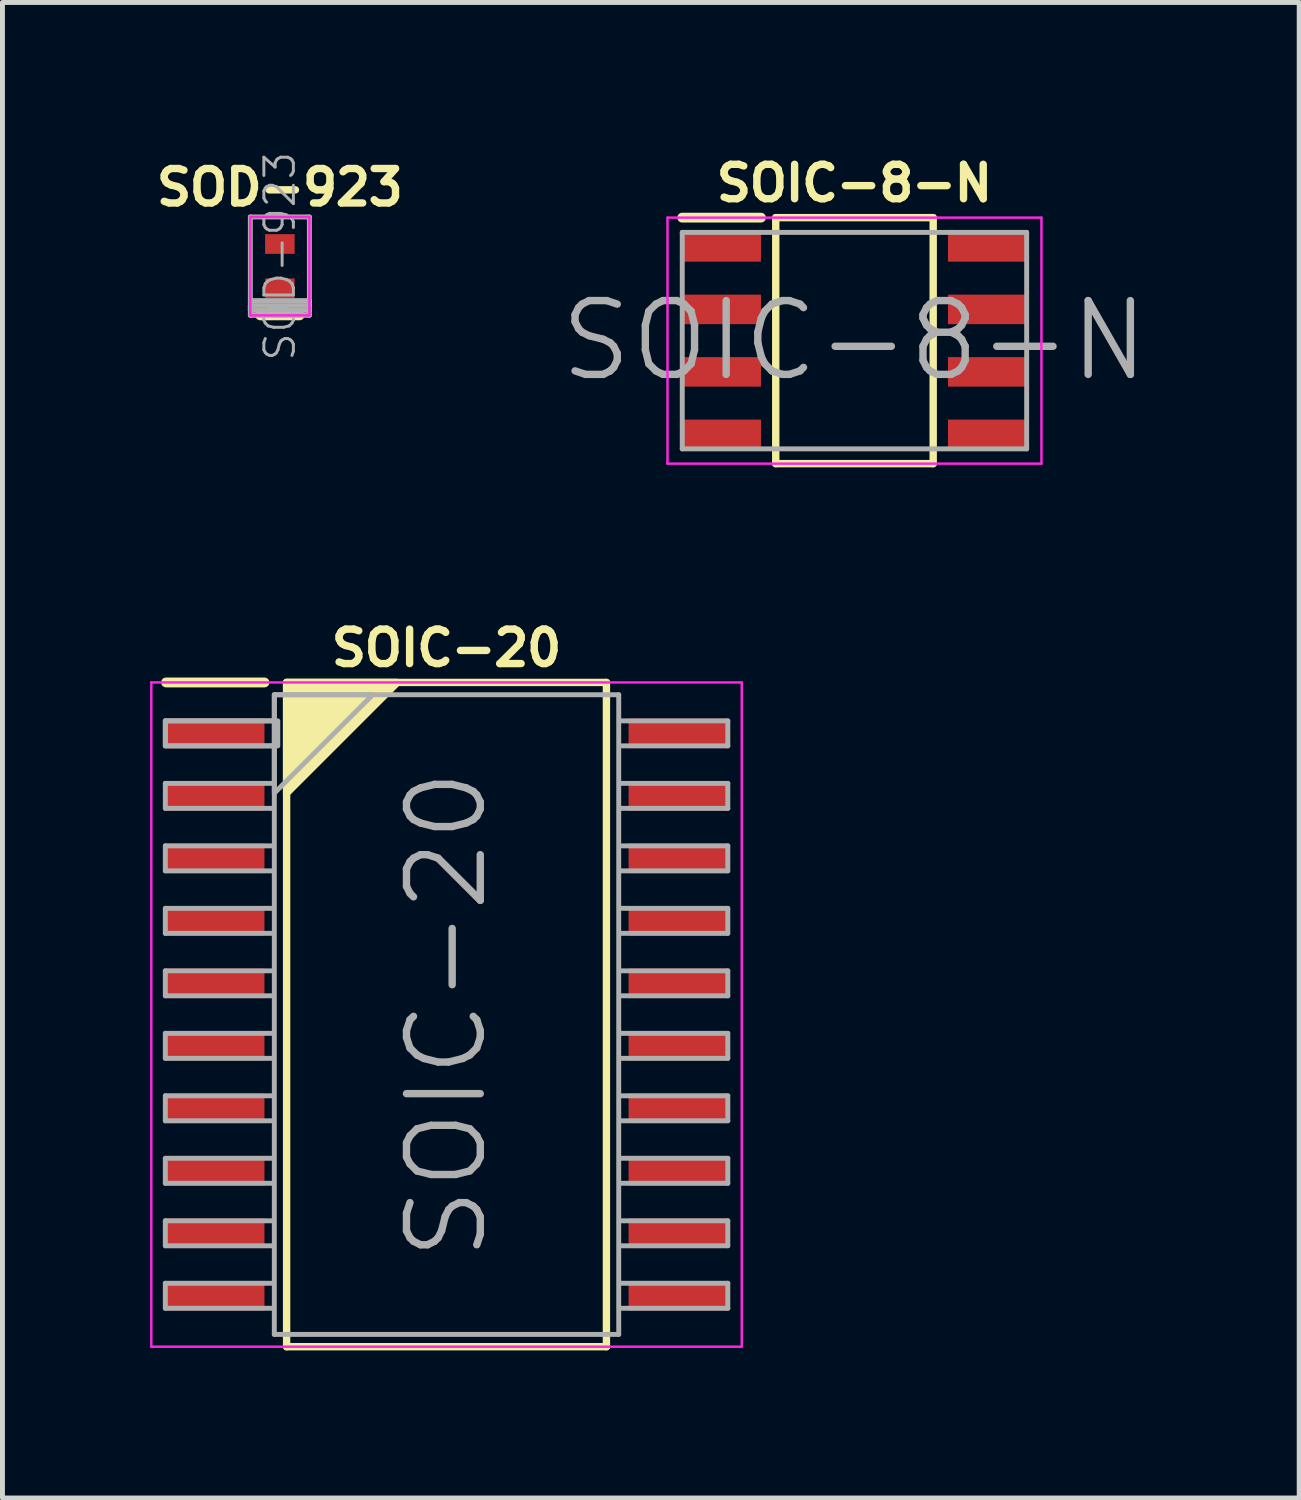
<source format=kicad_pcb>
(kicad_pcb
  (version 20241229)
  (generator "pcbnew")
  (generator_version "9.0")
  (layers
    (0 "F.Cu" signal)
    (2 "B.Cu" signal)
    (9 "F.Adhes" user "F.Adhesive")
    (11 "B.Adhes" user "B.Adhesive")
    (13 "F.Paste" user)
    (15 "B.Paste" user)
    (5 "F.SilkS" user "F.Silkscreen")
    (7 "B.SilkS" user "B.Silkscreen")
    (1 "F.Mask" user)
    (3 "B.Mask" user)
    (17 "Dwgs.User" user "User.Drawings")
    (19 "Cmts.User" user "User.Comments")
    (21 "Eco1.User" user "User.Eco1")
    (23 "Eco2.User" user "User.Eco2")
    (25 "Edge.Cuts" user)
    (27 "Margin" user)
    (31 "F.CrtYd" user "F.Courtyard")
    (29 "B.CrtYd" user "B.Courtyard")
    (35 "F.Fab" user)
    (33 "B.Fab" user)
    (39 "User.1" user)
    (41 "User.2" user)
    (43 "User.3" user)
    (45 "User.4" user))
  (footprint "SOIC-20"
    (layer "F.Cu")
    (at 6.025 17.57)
    (property "Reference" "SOIC-20" (at 0 -7.45 0) (layer "F.SilkS") (effects (font (size 0.7 0.7) (thickness 0.15))))
    (attr through_hole)
    (fp_line (start -3.7 -6.75) (end -5.7 -6.75) (stroke (width 0.2) (type solid)) (layer "F.SilkS"))
    (fp_line (start -3.25 -6.75) (end 3.25 -6.75) (stroke (width 0.15) (type solid)) (layer "F.SilkS"))
    (fp_line (start -3.25 6.75) (end -3.25 -6.75) (stroke (width 0.15) (type solid)) (layer "F.SilkS"))
    (fp_line (start 3.25 -6.75) (end 3.25 6.75) (stroke (width 0.15) (type solid)) (layer "F.SilkS"))
    (fp_line (start 3.25 6.75) (end -3.25 6.75) (stroke (width 0.15) (type solid)) (layer "F.SilkS"))
    (fp_poly (pts (xy -3.25 -6.75) (xy -3.25 -4.5) (xy -1 -6.75)) (stroke (width 0.15) (type solid)) (fill yes) (layer "F.SilkS"))
    (fp_line (start -6 -6.75) (end 6 -6.75) (stroke (width 0.05) (type solid)) (layer "F.CrtYd"))
    (fp_line (start -6 6.75) (end -6 -6.75) (stroke (width 0.05) (type solid)) (layer "F.CrtYd"))
    (fp_line (start 6 -6.75) (end 6 6.75) (stroke (width 0.05) (type solid)) (layer "F.CrtYd"))
    (fp_line (start 6 6.75) (end -6 6.75) (stroke (width 0.05) (type solid)) (layer "F.CrtYd"))
    (fp_line (start -5.715 -5.969) (end -5.715 -5.461) (stroke (width 0.1) (type solid)) (layer "F.Fab"))
    (fp_line (start -5.715 -5.461) (end -3.556 -5.461) (stroke (width 0.1) (type solid)) (layer "F.Fab"))
    (fp_line (start -5.715 -4.699) (end -5.715 -4.191) (stroke (width 0.1) (type solid)) (layer "F.Fab"))
    (fp_line (start -5.715 -4.191) (end -3.556 -4.191) (stroke (width 0.1) (type solid)) (layer "F.Fab"))
    (fp_line (start -5.715 -3.429) (end -5.715 -2.921) (stroke (width 0.1) (type solid)) (layer "F.Fab"))
    (fp_line (start -5.715 -2.921) (end -3.556 -2.921) (stroke (width 0.1) (type solid)) (layer "F.Fab"))
    (fp_line (start -5.715 -2.159) (end -5.715 -1.651) (stroke (width 0.1) (type solid)) (layer "F.Fab"))
    (fp_line (start -5.715 -1.651) (end -3.556 -1.651) (stroke (width 0.1) (type solid)) (layer "F.Fab"))
    (fp_line (start -5.715 -0.889) (end -5.715 -0.381) (stroke (width 0.1) (type solid)) (layer "F.Fab"))
    (fp_line (start -5.715 -0.381) (end -3.556 -0.381) (stroke (width 0.1) (type solid)) (layer "F.Fab"))
    (fp_line (start -5.715 0.381) (end -5.715 0.889) (stroke (width 0.1) (type solid)) (layer "F.Fab"))
    (fp_line (start -5.715 0.889) (end -3.556 0.889) (stroke (width 0.1) (type solid)) (layer "F.Fab"))
    (fp_line (start -5.715 1.651) (end -5.715 2.159) (stroke (width 0.1) (type solid)) (layer "F.Fab"))
    (fp_line (start -5.715 2.159) (end -3.556 2.159) (stroke (width 0.1) (type solid)) (layer "F.Fab"))
    (fp_line (start -5.715 2.921) (end -5.715 3.429) (stroke (width 0.1) (type solid)) (layer "F.Fab"))
    (fp_line (start -5.715 3.429) (end -3.556 3.429) (stroke (width 0.1) (type solid)) (layer "F.Fab"))
    (fp_line (start -5.715 4.191) (end -5.715 4.699) (stroke (width 0.1) (type solid)) (layer "F.Fab"))
    (fp_line (start -5.715 4.699) (end -3.556 4.699) (stroke (width 0.1) (type solid)) (layer "F.Fab"))
    (fp_line (start -5.715 5.461) (end -5.715 5.969) (stroke (width 0.1) (type solid)) (layer "F.Fab"))
    (fp_line (start -5.715 5.969) (end -3.556 5.969) (stroke (width 0.1) (type solid)) (layer "F.Fab"))
    (fp_line (start -3.556 -5.969) (end -5.715 -5.969) (stroke (width 0.1) (type solid)) (layer "F.Fab"))
    (fp_line (start -3.556 -4.699) (end -5.715 -4.699) (stroke (width 0.1) (type solid)) (layer "F.Fab"))
    (fp_line (start -3.556 -3.429) (end -5.715 -3.429) (stroke (width 0.1) (type solid)) (layer "F.Fab"))
    (fp_line (start -3.556 -2.159) (end -5.715 -2.159) (stroke (width 0.1) (type solid)) (layer "F.Fab"))
    (fp_line (start -3.556 -0.889) (end -5.715 -0.889) (stroke (width 0.1) (type solid)) (layer "F.Fab"))
    (fp_line (start -3.556 0.381) (end -5.715 0.381) (stroke (width 0.1) (type solid)) (layer "F.Fab"))
    (fp_line (start -3.556 1.651) (end -5.715 1.651) (stroke (width 0.1) (type solid)) (layer "F.Fab"))
    (fp_line (start -3.556 2.921) (end -5.715 2.921) (stroke (width 0.1) (type solid)) (layer "F.Fab"))
    (fp_line (start -3.556 4.191) (end -5.715 4.191) (stroke (width 0.1) (type solid)) (layer "F.Fab"))
    (fp_line (start -3.556 5.461) (end -5.715 5.461) (stroke (width 0.1) (type solid)) (layer "F.Fab"))
    (fp_line (start -3.5 -6.5) (end 3.5 -6.5) (stroke (width 0.1) (type solid)) (layer "F.Fab"))
    (fp_line (start -3.5 6.5) (end -3.5 -6.5) (stroke (width 0.1) (type solid)) (layer "F.Fab"))
    (fp_line (start 3.5 -6.5) (end 3.5 6.5) (stroke (width 0.1) (type solid)) (layer "F.Fab"))
    (fp_line (start 3.5 6.5) (end -3.5 6.5) (stroke (width 0.1) (type solid)) (layer "F.Fab"))
    (fp_line (start 3.558 -5.461) (end 5.717 -5.461) (stroke (width 0.1) (type solid)) (layer "F.Fab"))
    (fp_line (start 3.558 -4.191) (end 5.717 -4.191) (stroke (width 0.1) (type solid)) (layer "F.Fab"))
    (fp_line (start 3.558 -2.921) (end 5.717 -2.921) (stroke (width 0.1) (type solid)) (layer "F.Fab"))
    (fp_line (start 3.558 -1.651) (end 5.717 -1.651) (stroke (width 0.1) (type solid)) (layer "F.Fab"))
    (fp_line (start 3.558 -0.381) (end 5.717 -0.381) (stroke (width 0.1) (type solid)) (layer "F.Fab"))
    (fp_line (start 3.558 0.889) (end 5.717 0.889) (stroke (width 0.1) (type solid)) (layer "F.Fab"))
    (fp_line (start 3.558 2.159) (end 5.717 2.159) (stroke (width 0.1) (type solid)) (layer "F.Fab"))
    (fp_line (start 3.558 3.429) (end 5.717 3.429) (stroke (width 0.1) (type solid)) (layer "F.Fab"))
    (fp_line (start 3.558 4.699) (end 5.717 4.699) (stroke (width 0.1) (type solid)) (layer "F.Fab"))
    (fp_line (start 3.558 5.969) (end 5.717 5.969) (stroke (width 0.1) (type solid)) (layer "F.Fab"))
    (fp_line (start 5.717 -5.969) (end 3.558 -5.969) (stroke (width 0.1) (type solid)) (layer "F.Fab"))
    (fp_line (start 5.717 -5.969) (end 5.717 -5.461) (stroke (width 0.1) (type solid)) (layer "F.Fab"))
    (fp_line (start 5.717 -4.699) (end 3.558 -4.699) (stroke (width 0.1) (type solid)) (layer "F.Fab"))
    (fp_line (start 5.717 -4.699) (end 5.717 -4.191) (stroke (width 0.1) (type solid)) (layer "F.Fab"))
    (fp_line (start 5.717 -3.429) (end 3.558 -3.429) (stroke (width 0.1) (type solid)) (layer "F.Fab"))
    (fp_line (start 5.717 -3.429) (end 5.717 -2.921) (stroke (width 0.1) (type solid)) (layer "F.Fab"))
    (fp_line (start 5.717 -2.159) (end 3.558 -2.159) (stroke (width 0.1) (type solid)) (layer "F.Fab"))
    (fp_line (start 5.717 -2.159) (end 5.717 -1.651) (stroke (width 0.1) (type solid)) (layer "F.Fab"))
    (fp_line (start 5.717 -0.889) (end 3.558 -0.889) (stroke (width 0.1) (type solid)) (layer "F.Fab"))
    (fp_line (start 5.717 -0.889) (end 5.717 -0.381) (stroke (width 0.1) (type solid)) (layer "F.Fab"))
    (fp_line (start 5.717 0.381) (end 3.558 0.381) (stroke (width 0.1) (type solid)) (layer "F.Fab"))
    (fp_line (start 5.717 0.381) (end 5.717 0.889) (stroke (width 0.1) (type solid)) (layer "F.Fab"))
    (fp_line (start 5.717 1.651) (end 3.558 1.651) (stroke (width 0.1) (type solid)) (layer "F.Fab"))
    (fp_line (start 5.717 1.651) (end 5.717 2.159) (stroke (width 0.1) (type solid)) (layer "F.Fab"))
    (fp_line (start 5.717 2.921) (end 3.558 2.921) (stroke (width 0.1) (type solid)) (layer "F.Fab"))
    (fp_line (start 5.717 2.921) (end 5.717 3.429) (stroke (width 0.1) (type solid)) (layer "F.Fab"))
    (fp_line (start 5.717 4.191) (end 3.558 4.191) (stroke (width 0.1) (type solid)) (layer "F.Fab"))
    (fp_line (start 5.717 4.191) (end 5.717 4.699) (stroke (width 0.1) (type solid)) (layer "F.Fab"))
    (fp_line (start 5.717 5.461) (end 3.558 5.461) (stroke (width 0.1) (type solid)) (layer "F.Fab"))
    (fp_line (start 5.717 5.461) (end 5.717 5.969) (stroke (width 0.1) (type solid)) (layer "F.Fab"))
    (fp_poly (pts (xy -3.5 -6.5) (xy -3.5 -4.5) (xy -1.5 -6.5)) (stroke (width 0.1) (type solid)) (fill no) (layer "F.Fab"))
    (fp_poly (pts (xy -3.556 -5.969) (xy -5.715 -5.969) (xy -5.715 -5.461) (xy -3.429 -5.461) (xy -3.429 -5.969)) (stroke (width 0.1) (type solid)) (fill no) (layer "F.Fab"))
    (fp_text user "${REFERENCE}" (at 0 0 270) (layer "F.Fab") (effects (font (size 1.5 1.5) (thickness 0.15))))
    (pad "1" smd rect (at -4.7 -5.715) (size 2 0.6) (layers "F.Cu" "F.Mask" "F.Paste"))
    (pad "2" smd rect (at -4.7 -4.445) (size 2 0.6) (layers "F.Cu" "F.Mask" "F.Paste"))
    (pad "3" smd rect (at -4.7 -3.175) (size 2 0.6) (layers "F.Cu" "F.Mask" "F.Paste"))
    (pad "4" smd rect (at -4.7 -1.905) (size 2 0.6) (layers "F.Cu" "F.Mask" "F.Paste"))
    (pad "5" smd rect (at -4.7 -0.635) (size 2 0.6) (layers "F.Cu" "F.Mask" "F.Paste"))
    (pad "6" smd rect (at -4.7 0.635) (size 2 0.6) (layers "F.Cu" "F.Mask" "F.Paste"))
    (pad "7" smd rect (at -4.7 1.905) (size 2 0.6) (layers "F.Cu" "F.Mask" "F.Paste"))
    (pad "8" smd rect (at -4.7 3.175) (size 2 0.6) (layers "F.Cu" "F.Mask" "F.Paste"))
    (pad "9" smd rect (at -4.7 4.445) (size 2 0.6) (layers "F.Cu" "F.Mask" "F.Paste"))
    (pad "10" smd rect (at -4.7 5.715) (size 2 0.6) (layers "F.Cu" "F.Mask" "F.Paste"))
    (pad "11" smd rect (at 4.7 5.715) (size 2 0.6) (layers "F.Cu" "F.Mask" "F.Paste"))
    (pad "12" smd rect (at 4.7 4.445) (size 2 0.6) (layers "F.Cu" "F.Mask" "F.Paste"))
    (pad "13" smd rect (at 4.7 3.175) (size 2 0.6) (layers "F.Cu" "F.Mask" "F.Paste"))
    (pad "14" smd rect (at 4.7 1.905) (size 2 0.6) (layers "F.Cu" "F.Mask" "F.Paste"))
    (pad "15" smd rect (at 4.7 0.635) (size 2 0.6) (layers "F.Cu" "F.Mask" "F.Paste"))
    (pad "16" smd rect (at 4.7 -0.635) (size 2 0.6) (layers "F.Cu" "F.Mask" "F.Paste"))
    (pad "17" smd rect (at 4.7 -1.905) (size 2 0.6) (layers "F.Cu" "F.Mask" "F.Paste"))
    (pad "18" smd rect (at 4.7 -3.175) (size 2 0.6) (layers "F.Cu" "F.Mask" "F.Paste"))
    (pad "19" smd rect (at 4.7 -4.445) (size 2 0.6) (layers "F.Cu" "F.Mask" "F.Paste"))
    (pad "20" smd rect (at 4.7 -5.715) (size 2 0.6) (layers "F.Cu" "F.Mask" "F.Paste")))
  (footprint "SOD-923"
    (layer "F.Cu")
    (at 2.638 2.359)
    (property "Reference" "SOD-923" (at 0 -1.6 0) (layer "F.SilkS") (effects (font (size 0.7 0.7) (thickness 0.15))))
    (attr through_hole)
    (fp_line (start -0.4 1) (end 0.4 1) (stroke (width 0.2) (type solid)) (layer "F.SilkS"))
    (fp_line (start -0.6 -1) (end 0.6 -1) (stroke (width 0.05) (type solid)) (layer "F.CrtYd"))
    (fp_line (start -0.6 1) (end -0.6 -1) (stroke (width 0.05) (type solid)) (layer "F.CrtYd"))
    (fp_line (start 0.6 -1) (end 0.6 1) (stroke (width 0.05) (type solid)) (layer "F.CrtYd"))
    (fp_line (start 0.6 1) (end -0.6 1) (stroke (width 0.05) (type solid)) (layer "F.CrtYd"))
    (fp_line (start -0.6 -1) (end 0.6 -1) (stroke (width 0.1) (type solid)) (layer "F.Fab"))
    (fp_line (start -0.6 0.8) (end 0.6 0.8) (stroke (width 0.1) (type solid)) (layer "F.Fab"))
    (fp_line (start -0.6 0.9) (end -0.6 0.8) (stroke (width 0.1) (type solid)) (layer "F.Fab"))
    (fp_line (start -0.6 1) (end -0.6 -1) (stroke (width 0.1) (type solid)) (layer "F.Fab"))
    (fp_line (start -0.6 1) (end 0.6 1) (stroke (width 0.1) (type solid)) (layer "F.Fab"))
    (fp_line (start 0.6 -1) (end 0.6 1) (stroke (width 0.1) (type solid)) (layer "F.Fab"))
    (fp_line (start 0.6 0.7) (end -0.6 0.7) (stroke (width 0.1) (type solid)) (layer "F.Fab"))
    (fp_line (start 0.6 0.8) (end 0.6 0.7) (stroke (width 0.1) (type solid)) (layer "F.Fab"))
    (fp_line (start 0.6 0.9) (end -0.6 0.9) (stroke (width 0.1) (type solid)) (layer "F.Fab"))
    (fp_text user "${REFERENCE}" (at 0 -0.2 90) (layer "F.Fab") (effects (font (size 0.6 0.6) (thickness 0.06))))
    (pad "A" smd rect (at 0 -0.45) (size 0.6 0.4) (layers "F.Cu" "F.Mask" "F.Paste"))
    (pad "C" smd rect (at 0 0.45) (size 0.6 0.4) (layers "F.Cu" "F.Mask" "F.Paste")))
  (footprint "SOIC-8-N"
    (layer "F.Cu")
    (at 14.316 3.873)
    (property "Reference" "SOIC-8-N" (at 0 -3.2 0) (layer "F.SilkS") (effects (font (size 0.7 0.7) (thickness 0.15))))
    (attr through_hole)
    (fp_line (start -1.9 -2.5) (end -3.5 -2.5) (stroke (width 0.2) (type solid)) (layer "F.SilkS"))
    (fp_line (start -1.6 -2.5) (end 1.6 -2.5) (stroke (width 0.15) (type solid)) (layer "F.SilkS"))
    (fp_line (start -1.6 2.5) (end -1.6 -2.5) (stroke (width 0.15) (type solid)) (layer "F.SilkS"))
    (fp_line (start 1.6 -2.5) (end 1.6 2.5) (stroke (width 0.15) (type solid)) (layer "F.SilkS"))
    (fp_line (start 1.6 2.5) (end -1.6 2.5) (stroke (width 0.15) (type solid)) (layer "F.SilkS"))
    (fp_line (start -3.8 -2.5) (end 3.8 -2.5) (stroke (width 0.05) (type solid)) (layer "F.CrtYd"))
    (fp_line (start -3.8 2.5) (end -3.8 -2.5) (stroke (width 0.05) (type solid)) (layer "F.CrtYd"))
    (fp_line (start 3.8 -2.5) (end 3.8 2.5) (stroke (width 0.05) (type solid)) (layer "F.CrtYd"))
    (fp_line (start 3.8 2.5) (end -3.8 2.5) (stroke (width 0.05) (type solid)) (layer "F.CrtYd"))
    (fp_line (start -3.5 -2.2) (end 3.5 -2.2) (stroke (width 0.1) (type solid)) (layer "F.Fab"))
    (fp_line (start -3.5 2.2) (end -3.5 -2.2) (stroke (width 0.1) (type solid)) (layer "F.Fab"))
    (fp_line (start 3.5 -2.2) (end 3.5 2.2) (stroke (width 0.1) (type solid)) (layer "F.Fab"))
    (fp_line (start 3.5 2.2) (end -3.5 2.2) (stroke (width 0.1) (type solid)) (layer "F.Fab"))
    (fp_text user "${REFERENCE}" (at 0 0 0) (layer "F.Fab") (effects (font (size 1.5 1.5) (thickness 0.15))))
    (pad "1" smd rect (at -2.7 -1.905) (size 1.6 0.6) (layers "F.Cu" "F.Mask" "F.Paste"))
    (pad "2" smd rect (at -2.7 -0.635) (size 1.6 0.6) (layers "F.Cu" "F.Mask" "F.Paste"))
    (pad "3" smd rect (at -2.7 0.635) (size 1.6 0.6) (layers "F.Cu" "F.Mask" "F.Paste"))
    (pad "4" smd rect (at -2.7 1.905) (size 1.6 0.6) (layers "F.Cu" "F.Mask" "F.Paste"))
    (pad "5" smd rect (at 2.7 1.905) (size 1.6 0.6) (layers "F.Cu" "F.Mask" "F.Paste"))
    (pad "6" smd rect (at 2.7 0.635) (size 1.6 0.6) (layers "F.Cu" "F.Mask" "F.Paste"))
    (pad "7" smd rect (at 2.7 -0.635) (size 1.6 0.6) (layers "F.Cu" "F.Mask" "F.Paste"))
    (pad "8" smd rect (at 2.7 -1.905) (size 1.6 0.6) (layers "F.Cu" "F.Mask" "F.Paste")))
  (gr_rect
    (start -3 -3)
    (end 23.355 27.395)
    (stroke (width 0.1) (type default))
    (fill no)
    (layer "Edge.Cuts")))
</source>
